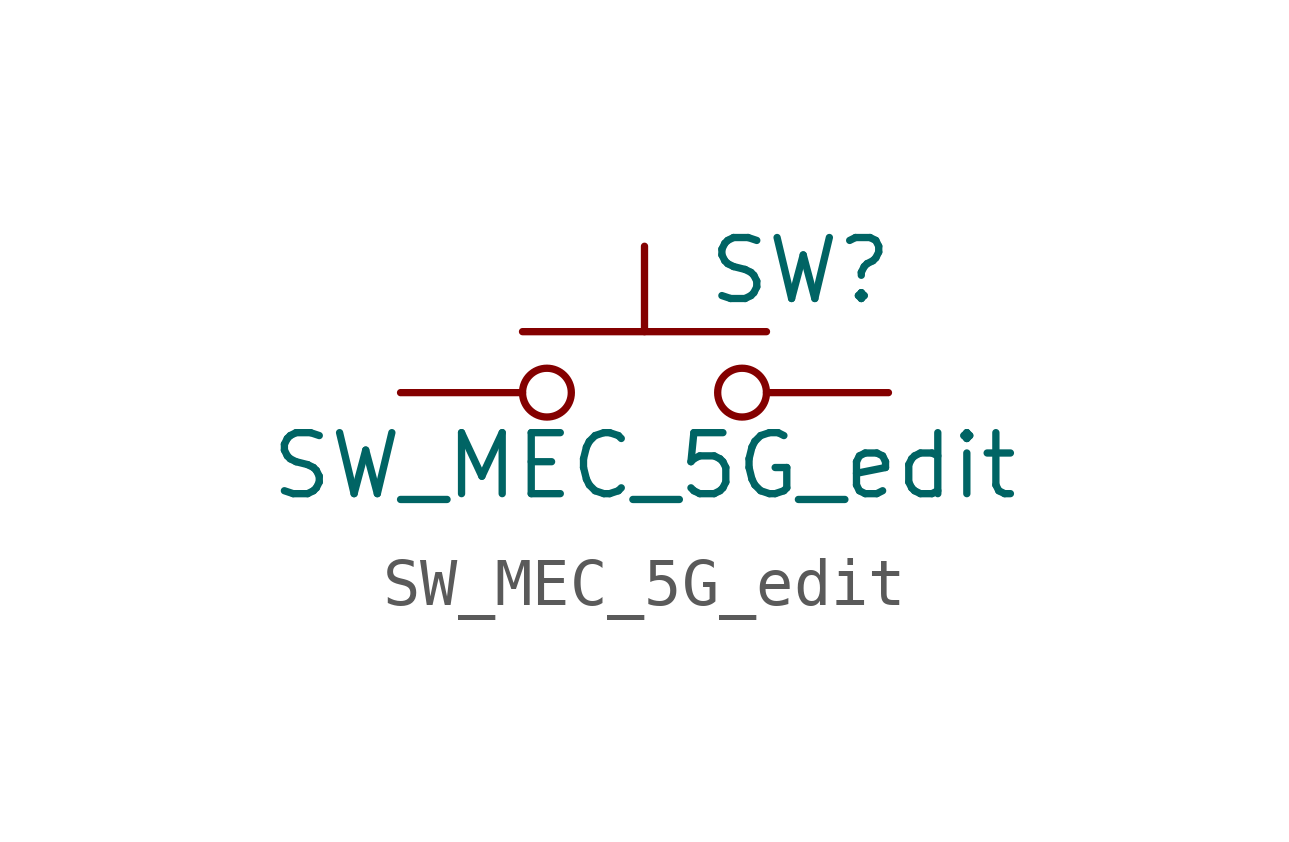
<source format=kicad_sym>
(kicad_symbol_lib
  (version 20231120)
  (generator "kicad_symbol_editor")
  (generator_version "8.0")
  (symbol "SW_MEC_5G_edit"
    (pin_numbers hide)
    (pin_names
      (offset 1.016) hide)
    (property "Reference" "SW"
      (at 1.27 2.54 0)
      (effects (font (size 1.27 1.27)) (justify left)))
    (property "Value" "SW_MEC_5G_edit"
      (at 0 -1.524 0)
      (effects (font (size 1.27 1.27))))
    (symbol "SW_MEC_5G_edit_0_1"
      (circle (center -2.032 0) (radius 0.508) (stroke (width 0) (type default)) (fill (type none)))
      (polyline (pts (xy 0 1.27) (xy 0 3.048)) (stroke (width 0) (type default)) (fill (type none)))
      (polyline (pts (xy 2.54 1.27) (xy -2.54 1.27)) (stroke (width 0) (type default)) (fill (type none)))
      (circle (center 2.032 0) (radius 0.508) (stroke (width 0) (type default)) (fill (type none)))
      (pin passive line (at -5.08 0 0) (length 2.54) (name "A" (effects (font (size 1.27 1.27)))) (number "1" (effects (font (size 1.27 1.27)))))
      (pin passive line (at 5.08 0 180) (length 2.54) (name "B" (effects (font (size 1.27 1.27)))) (number "2" (effects (font (size 1.27 1.27))))))))
</source>
